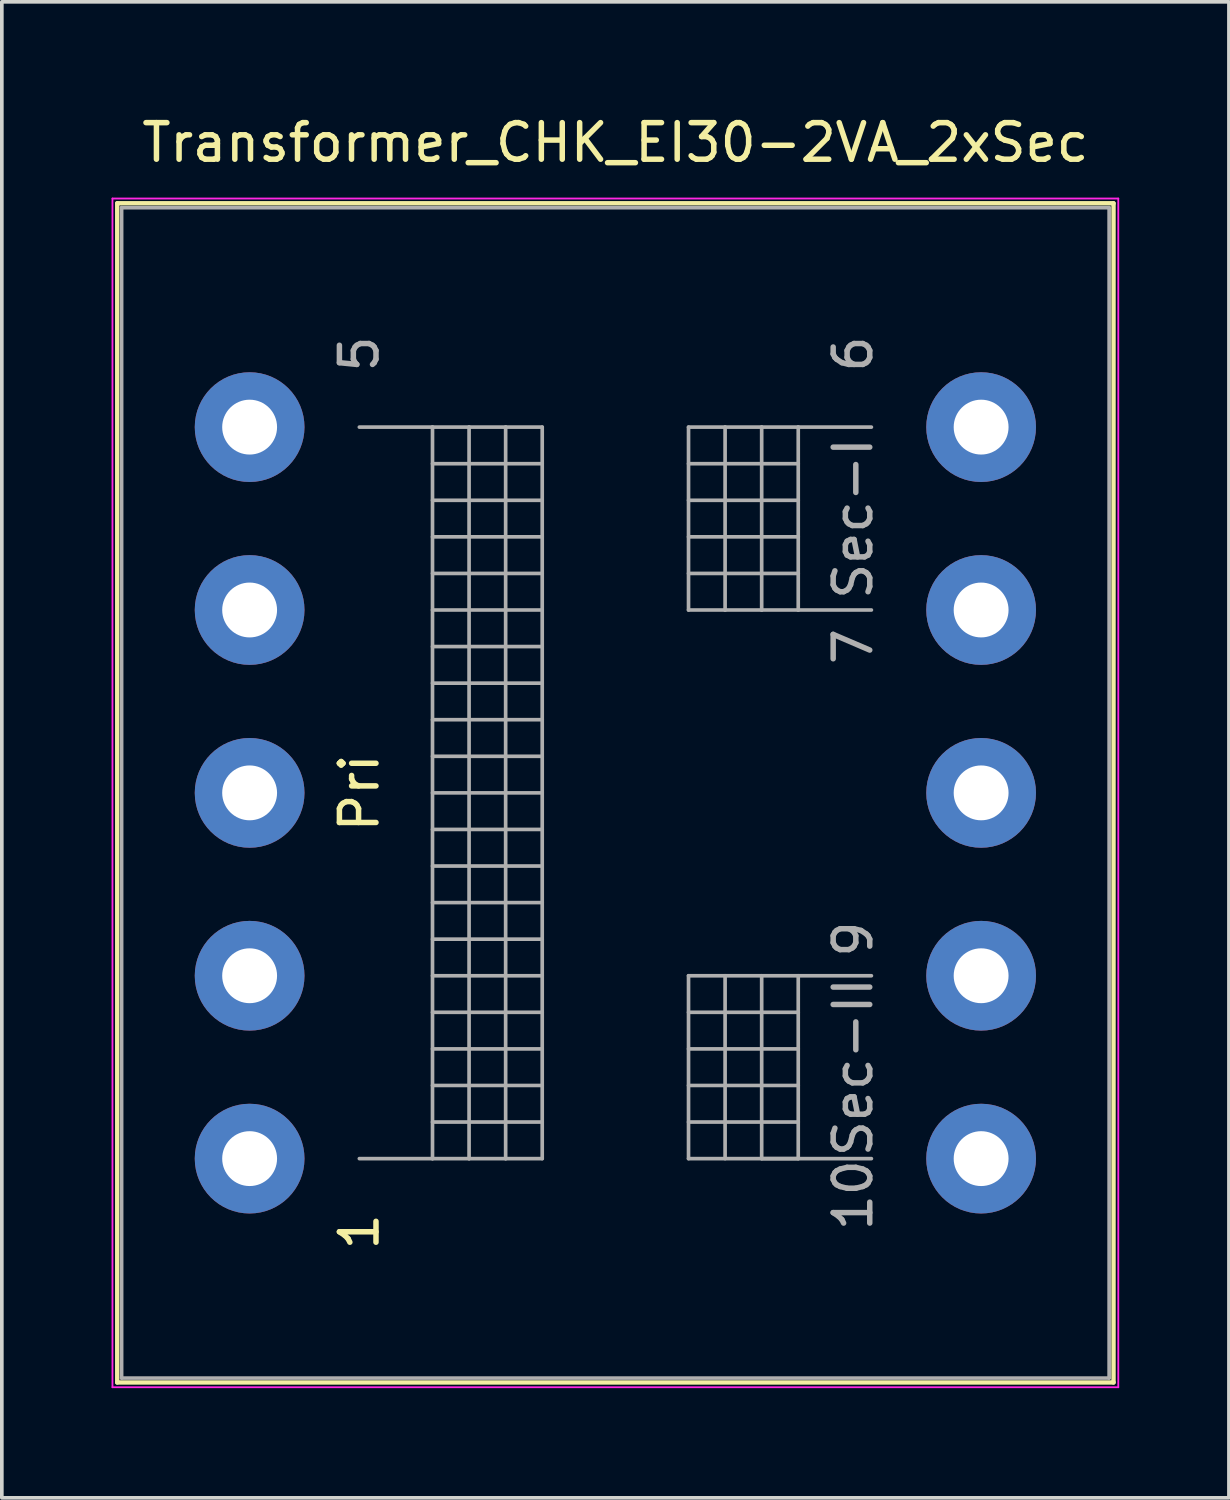
<source format=kicad_pcb>
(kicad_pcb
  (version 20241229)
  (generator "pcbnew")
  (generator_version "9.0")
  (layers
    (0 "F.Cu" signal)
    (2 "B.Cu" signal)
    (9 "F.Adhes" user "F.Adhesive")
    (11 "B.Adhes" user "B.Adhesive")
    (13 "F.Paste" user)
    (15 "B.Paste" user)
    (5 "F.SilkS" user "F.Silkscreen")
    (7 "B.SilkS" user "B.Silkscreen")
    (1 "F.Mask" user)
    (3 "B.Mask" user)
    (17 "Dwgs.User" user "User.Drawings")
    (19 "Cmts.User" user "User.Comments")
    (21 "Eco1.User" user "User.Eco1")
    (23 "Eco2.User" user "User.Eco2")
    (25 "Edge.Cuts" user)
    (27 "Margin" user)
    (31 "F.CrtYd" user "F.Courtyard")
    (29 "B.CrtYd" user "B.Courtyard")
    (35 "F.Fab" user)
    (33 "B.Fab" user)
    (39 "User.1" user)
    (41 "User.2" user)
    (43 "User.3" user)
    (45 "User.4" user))
  (footprint "Transformer_CHK_EI30-2VA_2xSec"
    (layer "F.Cu")
    (at 3.775 28.628)
    (property "Reference" "Transformer_CHK_EI30-2VA_2xSec" (at 10 -27.78 0) (layer "F.SilkS") (effects (font (size 1 1) (thickness 0.15))))
    (attr through_hole)
    (fp_line (start -3.62 -26.12) (end -3.62 6.12) (stroke (width 0.12) (type solid)) (layer "F.SilkS"))
    (fp_line (start -3.62 -26.12) (end 23.62 -26.12) (stroke (width 0.12) (type solid)) (layer "F.SilkS"))
    (fp_line (start 23.62 6.12) (end -3.62 6.12) (stroke (width 0.12) (type solid)) (layer "F.SilkS"))
    (fp_line (start 23.62 6.12) (end 23.62 -26.12) (stroke (width 0.12) (type solid)) (layer "F.SilkS"))
    (fp_line (start -3.75 -26.25) (end -3.75 6.25) (stroke (width 0.05) (type solid)) (layer "F.CrtYd"))
    (fp_line (start -3.75 -26.25) (end 23.75 -26.25) (stroke (width 0.05) (type solid)) (layer "F.CrtYd"))
    (fp_line (start 23.75 6.25) (end -3.75 6.25) (stroke (width 0.05) (type solid)) (layer "F.CrtYd"))
    (fp_line (start 23.75 6.25) (end 23.75 -26.25) (stroke (width 0.05) (type solid)) (layer "F.CrtYd"))
    (fp_line (start -3.5 -26) (end -3.5 6) (stroke (width 0.1) (type solid)) (layer "F.Fab"))
    (fp_line (start -3.5 6) (end 23.5 6) (stroke (width 0.1) (type solid)) (layer "F.Fab"))
    (fp_line (start 3 -20) (end 5 -20) (stroke (width 0.1) (type solid)) (layer "F.Fab"))
    (fp_line (start 5 -20) (end 5 0) (stroke (width 0.1) (type solid)) (layer "F.Fab"))
    (fp_line (start 5 -20) (end 6 -20) (stroke (width 0.1) (type solid)) (layer "F.Fab"))
    (fp_line (start 5 -19) (end 8 -19) (stroke (width 0.1) (type solid)) (layer "F.Fab"))
    (fp_line (start 5 -17) (end 8 -17) (stroke (width 0.1) (type solid)) (layer "F.Fab"))
    (fp_line (start 5 -15) (end 8 -15) (stroke (width 0.1) (type solid)) (layer "F.Fab"))
    (fp_line (start 5 -13) (end 8 -13) (stroke (width 0.1) (type solid)) (layer "F.Fab"))
    (fp_line (start 5 -11) (end 8 -11) (stroke (width 0.1) (type solid)) (layer "F.Fab"))
    (fp_line (start 5 -9) (end 8 -9) (stroke (width 0.1) (type solid)) (layer "F.Fab"))
    (fp_line (start 5 -7) (end 8 -7) (stroke (width 0.1) (type solid)) (layer "F.Fab"))
    (fp_line (start 5 -5) (end 8 -5) (stroke (width 0.1) (type solid)) (layer "F.Fab"))
    (fp_line (start 5 -3) (end 8 -3) (stroke (width 0.1) (type solid)) (layer "F.Fab"))
    (fp_line (start 5 -1) (end 8 -1) (stroke (width 0.1) (type solid)) (layer "F.Fab"))
    (fp_line (start 5 0) (end 3 0) (stroke (width 0.1) (type solid)) (layer "F.Fab"))
    (fp_line (start 6 -20) (end 6 0) (stroke (width 0.1) (type solid)) (layer "F.Fab"))
    (fp_line (start 6 -20) (end 7 -20) (stroke (width 0.1) (type solid)) (layer "F.Fab"))
    (fp_line (start 6 0) (end 5 0) (stroke (width 0.1) (type solid)) (layer "F.Fab"))
    (fp_line (start 7 -20) (end 7 0) (stroke (width 0.1) (type solid)) (layer "F.Fab"))
    (fp_line (start 7 -20) (end 8 -20) (stroke (width 0.1) (type solid)) (layer "F.Fab"))
    (fp_line (start 7 0) (end 6 0) (stroke (width 0.1) (type solid)) (layer "F.Fab"))
    (fp_line (start 8 -20) (end 8 0) (stroke (width 0.1) (type solid)) (layer "F.Fab"))
    (fp_line (start 8 -18) (end 5 -18) (stroke (width 0.1) (type solid)) (layer "F.Fab"))
    (fp_line (start 8 -16) (end 5 -16) (stroke (width 0.1) (type solid)) (layer "F.Fab"))
    (fp_line (start 8 -14) (end 5 -14) (stroke (width 0.1) (type solid)) (layer "F.Fab"))
    (fp_line (start 8 -12) (end 5 -12) (stroke (width 0.1) (type solid)) (layer "F.Fab"))
    (fp_line (start 8 -10) (end 5 -10) (stroke (width 0.1) (type solid)) (layer "F.Fab"))
    (fp_line (start 8 -8) (end 5 -8) (stroke (width 0.1) (type solid)) (layer "F.Fab"))
    (fp_line (start 8 -6) (end 5 -6) (stroke (width 0.1) (type solid)) (layer "F.Fab"))
    (fp_line (start 8 -4) (end 5 -4) (stroke (width 0.1) (type solid)) (layer "F.Fab"))
    (fp_line (start 8 -2) (end 5 -2) (stroke (width 0.1) (type solid)) (layer "F.Fab"))
    (fp_line (start 8 0) (end 7 0) (stroke (width 0.1) (type solid)) (layer "F.Fab"))
    (fp_line (start 12 -20) (end 12 -15) (stroke (width 0.1) (type solid)) (layer "F.Fab"))
    (fp_line (start 12 -19) (end 15 -19) (stroke (width 0.1) (type solid)) (layer "F.Fab"))
    (fp_line (start 12 -17) (end 15 -17) (stroke (width 0.1) (type solid)) (layer "F.Fab"))
    (fp_line (start 12 -15) (end 13 -15) (stroke (width 0.1) (type solid)) (layer "F.Fab"))
    (fp_line (start 12 -5) (end 12 0) (stroke (width 0.1) (type solid)) (layer "F.Fab"))
    (fp_line (start 12 -4) (end 15 -4) (stroke (width 0.1) (type solid)) (layer "F.Fab"))
    (fp_line (start 12 -2) (end 15 -2) (stroke (width 0.1) (type solid)) (layer "F.Fab"))
    (fp_line (start 12 0) (end 17 0) (stroke (width 0.1) (type solid)) (layer "F.Fab"))
    (fp_line (start 13 -20) (end 12 -20) (stroke (width 0.1) (type solid)) (layer "F.Fab"))
    (fp_line (start 13 -20) (end 13 -15) (stroke (width 0.1) (type solid)) (layer "F.Fab"))
    (fp_line (start 13 -15) (end 14 -15) (stroke (width 0.1) (type solid)) (layer "F.Fab"))
    (fp_line (start 13 -5) (end 13 0) (stroke (width 0.1) (type solid)) (layer "F.Fab"))
    (fp_line (start 14 -20) (end 13 -20) (stroke (width 0.1) (type solid)) (layer "F.Fab"))
    (fp_line (start 14 -20) (end 14 -15) (stroke (width 0.1) (type solid)) (layer "F.Fab"))
    (fp_line (start 14 -15) (end 15 -15) (stroke (width 0.1) (type solid)) (layer "F.Fab"))
    (fp_line (start 14 0) (end 14 -5) (stroke (width 0.1) (type solid)) (layer "F.Fab"))
    (fp_line (start 15 -20) (end 14 -20) (stroke (width 0.1) (type solid)) (layer "F.Fab"))
    (fp_line (start 15 -20) (end 15 -15) (stroke (width 0.1) (type solid)) (layer "F.Fab"))
    (fp_line (start 15 -18) (end 12 -18) (stroke (width 0.1) (type solid)) (layer "F.Fab"))
    (fp_line (start 15 -16) (end 12 -16) (stroke (width 0.1) (type solid)) (layer "F.Fab"))
    (fp_line (start 15 -15) (end 17 -15) (stroke (width 0.1) (type solid)) (layer "F.Fab"))
    (fp_line (start 15 -5) (end 15 0) (stroke (width 0.1) (type solid)) (layer "F.Fab"))
    (fp_line (start 15 -3) (end 12 -3) (stroke (width 0.1) (type solid)) (layer "F.Fab"))
    (fp_line (start 15 -1) (end 12 -1) (stroke (width 0.1) (type solid)) (layer "F.Fab"))
    (fp_line (start 15 0) (end 14 0) (stroke (width 0.1) (type solid)) (layer "F.Fab"))
    (fp_line (start 17 -20) (end 15 -20) (stroke (width 0.1) (type solid)) (layer "F.Fab"))
    (fp_line (start 17 -5) (end 12 -5) (stroke (width 0.1) (type solid)) (layer "F.Fab"))
    (fp_line (start 23.5 -26) (end -3.5 -26) (stroke (width 0.1) (type solid)) (layer "F.Fab"))
    (fp_line (start 23.5 6) (end 23.5 -26) (stroke (width 0.1) (type solid)) (layer "F.Fab"))
    (fp_text user "Pri" (at 3 -10 90) (layer "F.SilkS") (effects (font (size 1 1) (thickness 0.15))))
    (fp_text user "1" (at 3 2 90) (layer "F.SilkS") (effects (font (size 1 1) (thickness 0.15))))
    (fp_text user "9" (at 16.5 -6 90) (layer "F.Fab") (effects (font (size 1 1) (thickness 0.15))))
    (fp_text user "Sec-I" (at 16.5 -17.5 90) (layer "F.Fab") (effects (font (size 1 1) (thickness 0.15))))
    (fp_text user "5" (at 3 -22 90) (layer "F.Fab") (effects (font (size 1 1) (thickness 0.15))))
    (fp_text user "10" (at 16.5 1 90) (layer "F.Fab") (effects (font (size 1 1) (thickness 0.15))))
    (fp_text user "Sec-II" (at 16.5 -2.5 90) (layer "F.Fab") (effects (font (size 1 1) (thickness 0.15))))
    (fp_text user "6" (at 16.5 -22 90) (layer "F.Fab") (effects (font (size 1 1) (thickness 0.15))))
    (fp_text user "7" (at 16.5 -14 90) (layer "F.Fab") (effects (font (size 1 1) (thickness 0.15))))
    (pad "1" thru_hole circle (at 0 0) (size 3 3) (drill 1.5) (layers "*.Cu" "*.Mask"))
    (pad "2" thru_hole circle (at 0 -5) (size 3 3) (drill 1.5) (layers "*.Cu" "*.Mask"))
    (pad "3" thru_hole circle (at 0 -10) (size 3 3) (drill 1.5) (layers "*.Cu" "*.Mask"))
    (pad "4" thru_hole circle (at 0 -15) (size 3 3) (drill 1.5) (layers "*.Cu" "*.Mask"))
    (pad "5" thru_hole circle (at 0 -20) (size 3 3) (drill 1.5) (layers "*.Cu" "*.Mask"))
    (pad "6" thru_hole circle (at 20 -20) (size 3 3) (drill 1.5) (layers "*.Cu" "*.Mask"))
    (pad "7" thru_hole circle (at 20 -15) (size 3 3) (drill 1.5) (layers "*.Cu" "*.Mask"))
    (pad "8" thru_hole circle (at 20 -10) (size 3 3) (drill 1.5) (layers "*.Cu" "*.Mask"))
    (pad "9" thru_hole circle (at 20 -5) (size 3 3) (drill 1.5) (layers "*.Cu" "*.Mask"))
    (pad "10" thru_hole circle (at 20 0) (size 3 3) (drill 1.5) (layers "*.Cu" "*.Mask")))
  (gr_rect
    (start -3 -3)
    (end 30.55 37.903)
    (stroke (width 0.1) (type default))
    (fill no)
    (layer "Edge.Cuts")))
</source>
